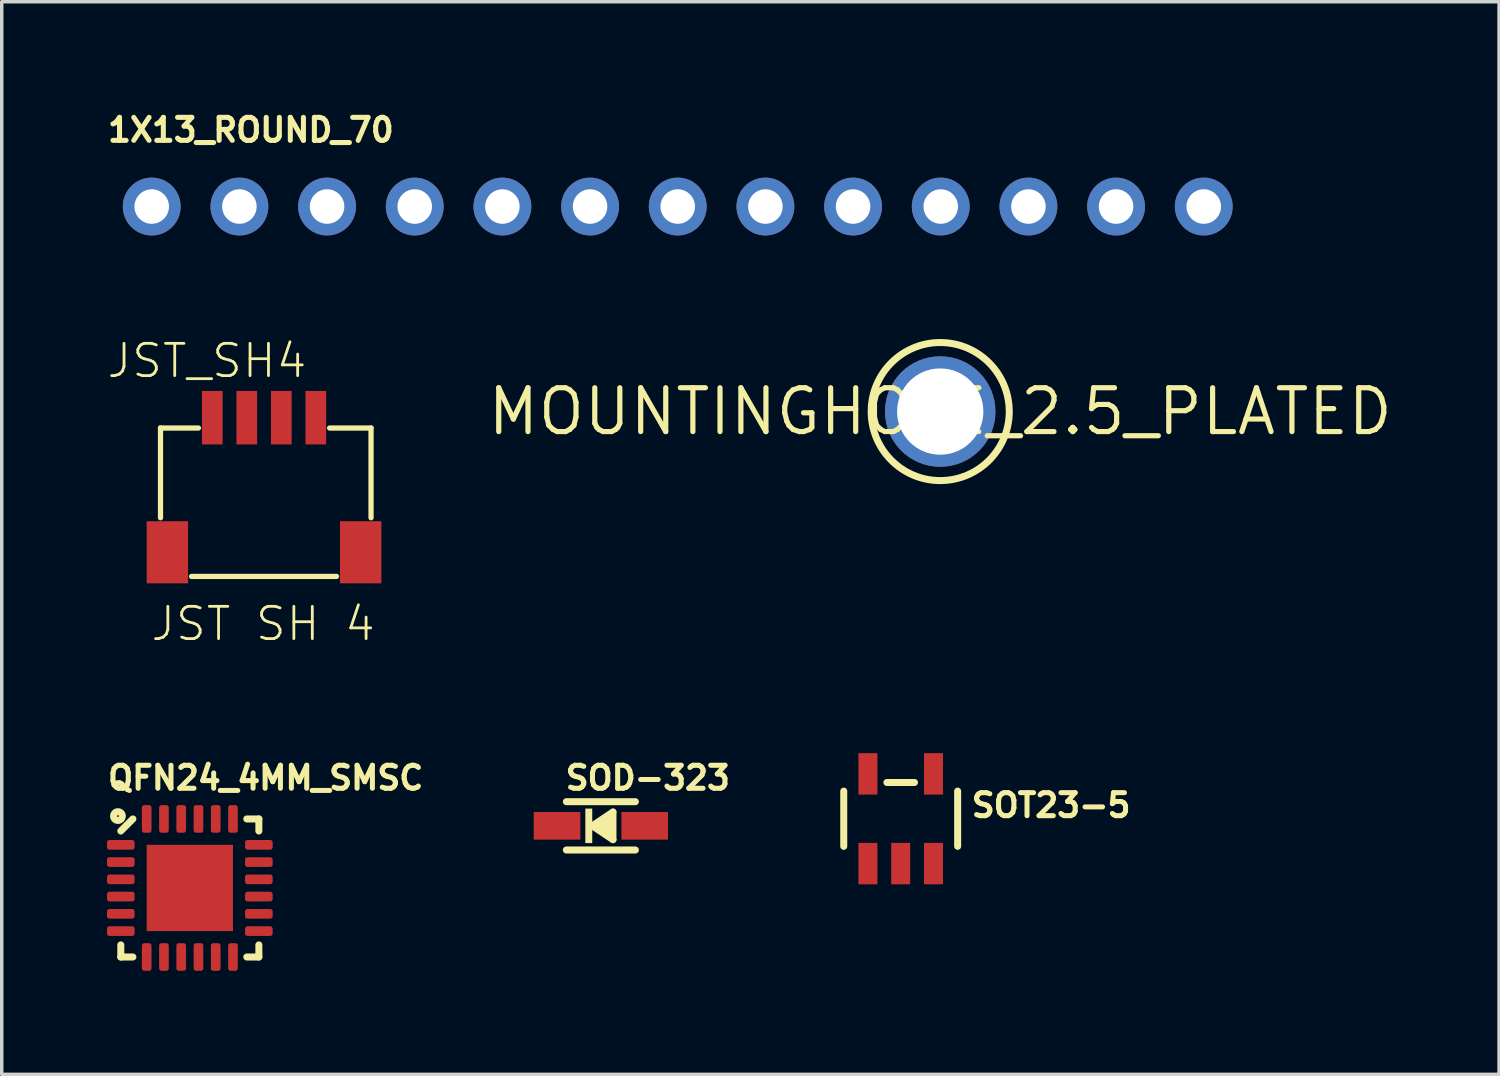
<source format=kicad_pcb>
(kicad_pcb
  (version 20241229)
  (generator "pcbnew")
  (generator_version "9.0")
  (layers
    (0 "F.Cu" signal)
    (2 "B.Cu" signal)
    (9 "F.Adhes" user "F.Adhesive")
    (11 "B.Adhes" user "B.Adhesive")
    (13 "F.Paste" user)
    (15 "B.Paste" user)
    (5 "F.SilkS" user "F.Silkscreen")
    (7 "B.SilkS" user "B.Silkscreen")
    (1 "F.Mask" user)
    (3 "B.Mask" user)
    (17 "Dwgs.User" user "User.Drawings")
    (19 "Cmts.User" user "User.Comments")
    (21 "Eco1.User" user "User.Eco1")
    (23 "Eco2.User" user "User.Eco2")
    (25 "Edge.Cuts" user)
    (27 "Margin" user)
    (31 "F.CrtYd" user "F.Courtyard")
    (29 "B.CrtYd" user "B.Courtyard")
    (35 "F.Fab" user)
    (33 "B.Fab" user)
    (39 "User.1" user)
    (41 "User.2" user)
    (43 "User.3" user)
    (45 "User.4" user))
  (footprint "QFN24_4MM_SMSC"
    (layer "F.Cu")
    (at 2.45 22.677)
    (property "Reference" "QFN24_4MM_SMSC" (at -2.45 -2.8 0) (layer "F.SilkS") (effects (font (size 0.666 0.666) (thickness 0.146)) (justify left bottom)))
    (fp_line (start -2 2) (end -2 1.65) (stroke (width 0.203) (type solid)) (layer "F.SilkS"))
    (fp_line (start -1.65 -2) (end -2 -1.65) (stroke (width 0.203) (type solid)) (layer "F.SilkS"))
    (fp_line (start -1.65 2) (end -2 2) (stroke (width 0.203) (type solid)) (layer "F.SilkS"))
    (fp_line (start 1.65 2) (end 2 2) (stroke (width 0.203) (type solid)) (layer "F.SilkS"))
    (fp_line (start 2 -2) (end 1.65 -2) (stroke (width 0.203) (type solid)) (layer "F.SilkS"))
    (fp_line (start 2 -1.65) (end 2 -2) (stroke (width 0.203) (type solid)) (layer "F.SilkS"))
    (fp_line (start 2 1.65) (end 2 2) (stroke (width 0.203) (type solid)) (layer "F.SilkS"))
    (fp_circle (center -2.083 -2.083) (end -1.956 -2.083) (stroke (width 0.203) (type solid)) (fill no) (layer "F.SilkS"))
    (pad "1" smd roundrect (at -2 -1.25 180) (size 0.8 0.28) (layers "F.Cu" "F.Mask" "F.Paste") (roundrect_rratio 0.25))
    (pad "2" smd roundrect (at -2 -0.75 180) (size 0.8 0.28) (layers "F.Cu" "F.Mask" "F.Paste") (roundrect_rratio 0.25))
    (pad "3" smd roundrect (at -2 -0.25 180) (size 0.8 0.28) (layers "F.Cu" "F.Mask" "F.Paste") (roundrect_rratio 0.25))
    (pad "4" smd roundrect (at -2 0.25 180) (size 0.8 0.28) (layers "F.Cu" "F.Mask" "F.Paste") (roundrect_rratio 0.25))
    (pad "5" smd roundrect (at -2 0.75 180) (size 0.8 0.28) (layers "F.Cu" "F.Mask" "F.Paste") (roundrect_rratio 0.25))
    (pad "6" smd roundrect (at -2 1.25 180) (size 0.8 0.28) (layers "F.Cu" "F.Mask" "F.Paste") (roundrect_rratio 0.25))
    (pad "7" smd roundrect (at -1.25 2 90) (size 0.8 0.28) (layers "F.Cu" "F.Mask" "F.Paste") (roundrect_rratio 0.25))
    (pad "8" smd roundrect (at -0.75 2 90) (size 0.8 0.28) (layers "F.Cu" "F.Mask" "F.Paste") (roundrect_rratio 0.25))
    (pad "9" smd roundrect (at -0.25 2 90) (size 0.8 0.28) (layers "F.Cu" "F.Mask" "F.Paste") (roundrect_rratio 0.25))
    (pad "10" smd roundrect (at 0.25 2 90) (size 0.8 0.28) (layers "F.Cu" "F.Mask" "F.Paste") (roundrect_rratio 0.25))
    (pad "11" smd roundrect (at 0.75 2 90) (size 0.8 0.28) (layers "F.Cu" "F.Mask" "F.Paste") (roundrect_rratio 0.25))
    (pad "12" smd roundrect (at 1.25 2 90) (size 0.8 0.28) (layers "F.Cu" "F.Mask" "F.Paste") (roundrect_rratio 0.25))
    (pad "13" smd roundrect (at 2 1.25) (size 0.8 0.28) (layers "F.Cu" "F.Mask" "F.Paste") (roundrect_rratio 0.25))
    (pad "14" smd roundrect (at 2 0.75) (size 0.8 0.28) (layers "F.Cu" "F.Mask" "F.Paste") (roundrect_rratio 0.25))
    (pad "15" smd roundrect (at 2 0.25) (size 0.8 0.28) (layers "F.Cu" "F.Mask" "F.Paste") (roundrect_rratio 0.25))
    (pad "16" smd roundrect (at 2 -0.25) (size 0.8 0.28) (layers "F.Cu" "F.Mask" "F.Paste") (roundrect_rratio 0.25))
    (pad "17" smd roundrect (at 2 -0.75) (size 0.8 0.28) (layers "F.Cu" "F.Mask" "F.Paste") (roundrect_rratio 0.25))
    (pad "18" smd roundrect (at 2 -1.25) (size 0.8 0.28) (layers "F.Cu" "F.Mask" "F.Paste") (roundrect_rratio 0.25))
    (pad "19" smd roundrect (at 1.25 -2 270) (size 0.8 0.28) (layers "F.Cu" "F.Mask" "F.Paste") (roundrect_rratio 0.25))
    (pad "20" smd roundrect (at 0.75 -2 270) (size 0.8 0.28) (layers "F.Cu" "F.Mask" "F.Paste") (roundrect_rratio 0.25))
    (pad "21" smd roundrect (at 0.25 -2 270) (size 0.8 0.28) (layers "F.Cu" "F.Mask" "F.Paste") (roundrect_rratio 0.25))
    (pad "22" smd roundrect (at -0.25 -2 270) (size 0.8 0.28) (layers "F.Cu" "F.Mask" "F.Paste") (roundrect_rratio 0.25))
    (pad "23" smd roundrect (at -0.75 -2 270) (size 0.8 0.28) (layers "F.Cu" "F.Mask" "F.Paste") (roundrect_rratio 0.25))
    (pad "24" smd roundrect (at -1.25 -2 270) (size 0.8 0.28) (layers "F.Cu" "F.Mask" "F.Paste") (roundrect_rratio 0.25))
    (pad "THERM" smd rect (at 0 0) (size 2.5 2.5) (layers "F.Cu" "F.Mask")))
  (footprint "SOT23-5"
    (layer "F.Cu")
    (at 23.046 20.671)
    (property "Reference" "SOT23-5" (at 1.978 0 0) (layer "F.SilkS") (effects (font (size 0.666 0.666) (thickness 0.146)) (justify left bottom)))
    (fp_line (start -1.65 -0.8) (end -1.65 0.8) (stroke (width 0.203) (type solid)) (layer "F.SilkS"))
    (fp_line (start -0.4 -1.05) (end 0.4 -1.05) (stroke (width 0.203) (type solid)) (layer "F.SilkS"))
    (fp_line (start 1.65 -0.8) (end 1.65 0.8) (stroke (width 0.203) (type solid)) (layer "F.SilkS"))
    (pad "1" smd rect (at -0.95 1.3) (size 0.55 1.2) (layers "F.Cu" "F.Mask" "F.Paste"))
    (pad "2" smd rect (at 0 1.3) (size 0.55 1.2) (layers "F.Cu" "F.Mask" "F.Paste"))
    (pad "3" smd rect (at 0.95 1.3) (size 0.55 1.2) (layers "F.Cu" "F.Mask" "F.Paste"))
    (pad "4" smd rect (at 0.95 -1.3) (size 0.55 1.2) (layers "F.Cu" "F.Mask" "F.Paste"))
    (pad "5" smd rect (at -0.95 -1.3) (size 0.55 1.2) (layers "F.Cu" "F.Mask" "F.Paste")))
  (footprint "1X13_ROUND_70"
    (layer "F.Cu")
    (at 16.586 2.934)
    (property "Reference" "1X13_ROUND_70" (at -16.586 -1.829 0) (layer "F.SilkS") (effects (font (size 0.666 0.666) (thickness 0.146)) (justify left bottom)))
    (pad "1" thru_hole circle (at -15.24 0 90) (size 1.676 1.676) (drill 1) (layers "*.Cu" "*.Mask"))
    (pad "2" thru_hole circle (at -12.7 0 90) (size 1.676 1.676) (drill 1) (layers "*.Cu" "*.Mask"))
    (pad "3" thru_hole circle (at -10.16 0 90) (size 1.676 1.676) (drill 1) (layers "*.Cu" "*.Mask"))
    (pad "4" thru_hole circle (at -7.62 0 90) (size 1.676 1.676) (drill 1) (layers "*.Cu" "*.Mask"))
    (pad "5" thru_hole circle (at -5.08 0 90) (size 1.676 1.676) (drill 1) (layers "*.Cu" "*.Mask"))
    (pad "6" thru_hole circle (at -2.54 0 90) (size 1.676 1.676) (drill 1) (layers "*.Cu" "*.Mask"))
    (pad "7" thru_hole circle (at 0 0 90) (size 1.676 1.676) (drill 1) (layers "*.Cu" "*.Mask"))
    (pad "8" thru_hole circle (at 2.54 0 90) (size 1.676 1.676) (drill 1) (layers "*.Cu" "*.Mask"))
    (pad "9" thru_hole circle (at 5.08 0 90) (size 1.676 1.676) (drill 1) (layers "*.Cu" "*.Mask"))
    (pad "10" thru_hole circle (at 7.62 0 90) (size 1.676 1.676) (drill 1) (layers "*.Cu" "*.Mask"))
    (pad "11" thru_hole circle (at 10.16 0 90) (size 1.676 1.676) (drill 1) (layers "*.Cu" "*.Mask"))
    (pad "12" thru_hole circle (at 12.7 0 90) (size 1.676 1.676) (drill 1) (layers "*.Cu" "*.Mask"))
    (pad "13" thru_hole circle (at 15.24 0 90) (size 1.676 1.676) (drill 1) (layers "*.Cu" "*.Mask")))
  (footprint "MOUNTINGHOLE_2.5_PLATED"
    (layer "F.Cu")
    (at 24.191 8.874)
    (property "Reference" "MOUNTINGHOLE_2.5_PLATED" (at 0 0 0) (layer "F.SilkS") (effects (font (size 1.27 1.27) (thickness 0.15))))
    (fp_circle (center 0 0) (end 2 0) (stroke (width 0.203) (type solid)) (fill no) (layer "F.SilkS"))
    (pad "P$1" thru_hole circle (at 0 0) (size 3.2 3.2) (drill 2.5) (layers "*.Cu" "*.Mask"))
    (zone (net_name "") (layer "F.Cu") (hatch edge 0.508) (connect_pads) (min_thickness 0.254) (filled_areas_thickness no) (keepout (tracks not_allowed) (vias not_allowed) (pads not_allowed) (copperpour not_allowed) (footprints allowed)) (placement (enabled no)) (fill) (polygon (pts (xy 26.207 8.874) (xy 26.176 8.524) (xy 26.086 8.184) (xy 25.937 7.866) (xy 25.735 7.578) (xy 25.487 7.33) (xy 25.199 7.128) (xy 24.881 6.98) (xy 24.541 6.889) (xy 24.191 6.858) (xy 23.841 6.889) (xy 23.502 6.98) (xy 23.183 7.128) (xy 22.895 7.33) (xy 22.647 7.578) (xy 22.445 7.866) (xy 22.297 8.184) (xy 22.206 8.524) (xy 22.175 8.874) (xy 22.206 9.224) (xy 22.297 9.564) (xy 22.445 9.882) (xy 22.647 10.17) (xy 22.895 10.418) (xy 23.183 10.62) (xy 23.502 10.768) (xy 23.841 10.859) (xy 24.191 10.89) (xy 24.541 10.859) (xy 24.881 10.768) (xy 25.199 10.62) (xy 25.487 10.418) (xy 25.735 10.17) (xy 25.937 9.882) (xy 26.086 9.564) (xy 26.176 9.224))) (polygon (pts (xy 24.175 8.874) (xy 24.175 8.877) (xy 24.176 8.879) (xy 24.177 8.882) (xy 24.179 8.884) (xy 24.181 8.886) (xy 24.183 8.888) (xy 24.186 8.889) (xy 24.188 8.89) (xy 24.191 8.89) (xy 24.194 8.89) (xy 24.197 8.889) (xy 24.199 8.888) (xy 24.201 8.886) (xy 24.203 8.884) (xy 24.205 8.882) (xy 24.206 8.879) (xy 24.207 8.877) (xy 24.207 8.874) (xy 24.207 8.871) (xy 24.206 8.869) (xy 24.205 8.866) (xy 24.203 8.864) (xy 24.201 8.862) (xy 24.199 8.86) (xy 24.197 8.859) (xy 24.194 8.858) (xy 24.191 8.858) (xy 24.188 8.858) (xy 24.186 8.859) (xy 24.183 8.86) (xy 24.181 8.862) (xy 24.179 8.864) (xy 24.177 8.866) (xy 24.176 8.869) (xy 24.175 8.871))))
    (zone (net_name "") (layer "B.Cu") (hatch edge 0.508) (connect_pads) (min_thickness 0.254) (filled_areas_thickness no) (keepout (tracks not_allowed) (vias not_allowed) (pads not_allowed) (copperpour not_allowed) (footprints allowed)) (placement (enabled no)) (fill) (polygon (pts (xy 26.207 8.874) (xy 26.176 8.524) (xy 26.086 8.184) (xy 25.937 7.866) (xy 25.735 7.578) (xy 25.487 7.33) (xy 25.199 7.128) (xy 24.881 6.98) (xy 24.541 6.889) (xy 24.191 6.858) (xy 23.841 6.889) (xy 23.502 6.98) (xy 23.183 7.128) (xy 22.895 7.33) (xy 22.647 7.578) (xy 22.445 7.866) (xy 22.297 8.184) (xy 22.206 8.524) (xy 22.175 8.874) (xy 22.206 9.224) (xy 22.297 9.564) (xy 22.445 9.882) (xy 22.647 10.17) (xy 22.895 10.418) (xy 23.183 10.62) (xy 23.502 10.768) (xy 23.841 10.859) (xy 24.191 10.89) (xy 24.541 10.859) (xy 24.881 10.768) (xy 25.199 10.62) (xy 25.487 10.418) (xy 25.735 10.17) (xy 25.937 9.882) (xy 26.086 9.564) (xy 26.176 9.224))) (polygon (pts (xy 24.175 8.874) (xy 24.175 8.877) (xy 24.176 8.879) (xy 24.177 8.882) (xy 24.179 8.884) (xy 24.181 8.886) (xy 24.183 8.888) (xy 24.186 8.889) (xy 24.188 8.89) (xy 24.191 8.89) (xy 24.194 8.89) (xy 24.197 8.889) (xy 24.199 8.888) (xy 24.201 8.886) (xy 24.203 8.884) (xy 24.205 8.882) (xy 24.206 8.879) (xy 24.207 8.877) (xy 24.207 8.874) (xy 24.207 8.871) (xy 24.206 8.869) (xy 24.205 8.866) (xy 24.203 8.864) (xy 24.201 8.862) (xy 24.199 8.86) (xy 24.197 8.859) (xy 24.194 8.858) (xy 24.191 8.858) (xy 24.188 8.858) (xy 24.186 8.859) (xy 24.183 8.86) (xy 24.181 8.862) (xy 24.179 8.864) (xy 24.177 8.866) (xy 24.176 8.869) (xy 24.175 8.871)))))
  (footprint "JST_SH4"
    (layer "F.Cu")
    (at 4.6 11.057)
    (property "Reference" "JST_SH4" (at -4.6 -3.106 0) (layer "F.SilkS") (effects (font (size 0.935 0.935) (thickness 0.081)) (justify left bottom)))
    (fp_line (start -3 -1.706) (end -1.9 -1.706) (stroke (width 0.152) (type solid)) (layer "F.SilkS"))
    (fp_line (start -3 0.894) (end -3 -1.706) (stroke (width 0.152) (type solid)) (layer "F.SilkS"))
    (fp_line (start -2.1 2.594) (end 2.1 2.594) (stroke (width 0.152) (type solid)) (layer "F.SilkS"))
    (fp_line (start 1.9 -1.706) (end 3.1 -1.706) (stroke (width 0.152) (type solid)) (layer "F.SilkS"))
    (fp_line (start 3.1 -1.706) (end 3.1 0.894) (stroke (width 0.152) (type solid)) (layer "F.SilkS"))
    (fp_text user "JST SH 4" (at -3.33 4.514 0) (layer "F.SilkS") (effects (font (size 0.935 0.935) (thickness 0.081)) (justify left bottom)))
    (pad "1" smd rect (at -1.5 -2.006 90) (size 1.55 0.6) (layers "F.Cu" "F.Mask" "F.Paste"))
    (pad "2" smd rect (at -0.5 -2.006 90) (size 1.55 0.6) (layers "F.Cu" "F.Mask" "F.Paste"))
    (pad "3" smd rect (at 0.5 -2.006 90) (size 1.55 0.6) (layers "F.Cu" "F.Mask" "F.Paste"))
    (pad "4" smd rect (at 1.5 -2.006 90) (size 1.55 0.6) (layers "F.Cu" "F.Mask" "F.Paste"))
    (pad "MT1" smd rect (at -2.8 1.894 90) (size 1.8 1.2) (layers "F.Cu" "F.Mask" "F.Paste"))
    (pad "MT2" smd rect (at 2.8 1.894 90) (size 1.8 1.2) (layers "F.Cu" "F.Mask" "F.Paste")))
  (footprint "SOD-323"
    (layer "F.Cu")
    (at 14.359 20.877)
    (property "Reference" "SOD-323" (at -1.1 -1 0) (layer "F.SilkS") (effects (font (size 0.666 0.666) (thickness 0.146)) (justify left bottom)))
    (fp_line (start -1 -0.7) (end 1 -0.7) (stroke (width 0.203) (type solid)) (layer "F.SilkS"))
    (fp_line (start -0.25 0) (end 0.35 -0.4) (stroke (width 0.203) (type solid)) (layer "F.SilkS"))
    (fp_line (start 0.35 -0.4) (end 0.35 0.4) (stroke (width 0.203) (type solid)) (layer "F.SilkS"))
    (fp_line (start 0.35 0.4) (end -0.25 0) (stroke (width 0.203) (type solid)) (layer "F.SilkS"))
    (fp_line (start 1 0.7) (end -1 0.7) (stroke (width 0.203) (type solid)) (layer "F.SilkS"))
    (fp_poly (pts (xy 0.302 0.39) (xy -0.283 0) (xy 0.302 -0.39)) (stroke (width 0) (type solid)) (fill yes) (layer "F.SilkS"))
    (fp_poly (pts (xy -0.45 0.5) (xy -0.25 0.5) (xy -0.25 -0.5) (xy -0.45 -0.5)) (stroke (width 0) (type solid)) (fill yes) (layer "F.SilkS"))
    (pad "A" smd rect (at 1.27 0) (size 1.35 0.8) (layers "F.Cu" "F.Mask" "F.Paste"))
    (pad "C" smd rect (at -1.27 0) (size 1.35 0.8) (layers "F.Cu" "F.Mask" "F.Paste")))
  (gr_rect
    (start -3 -3)
    (end 40.382 28.077)
    (stroke (width 0.1) (type default))
    (fill no)
    (layer "Edge.Cuts")))
</source>
